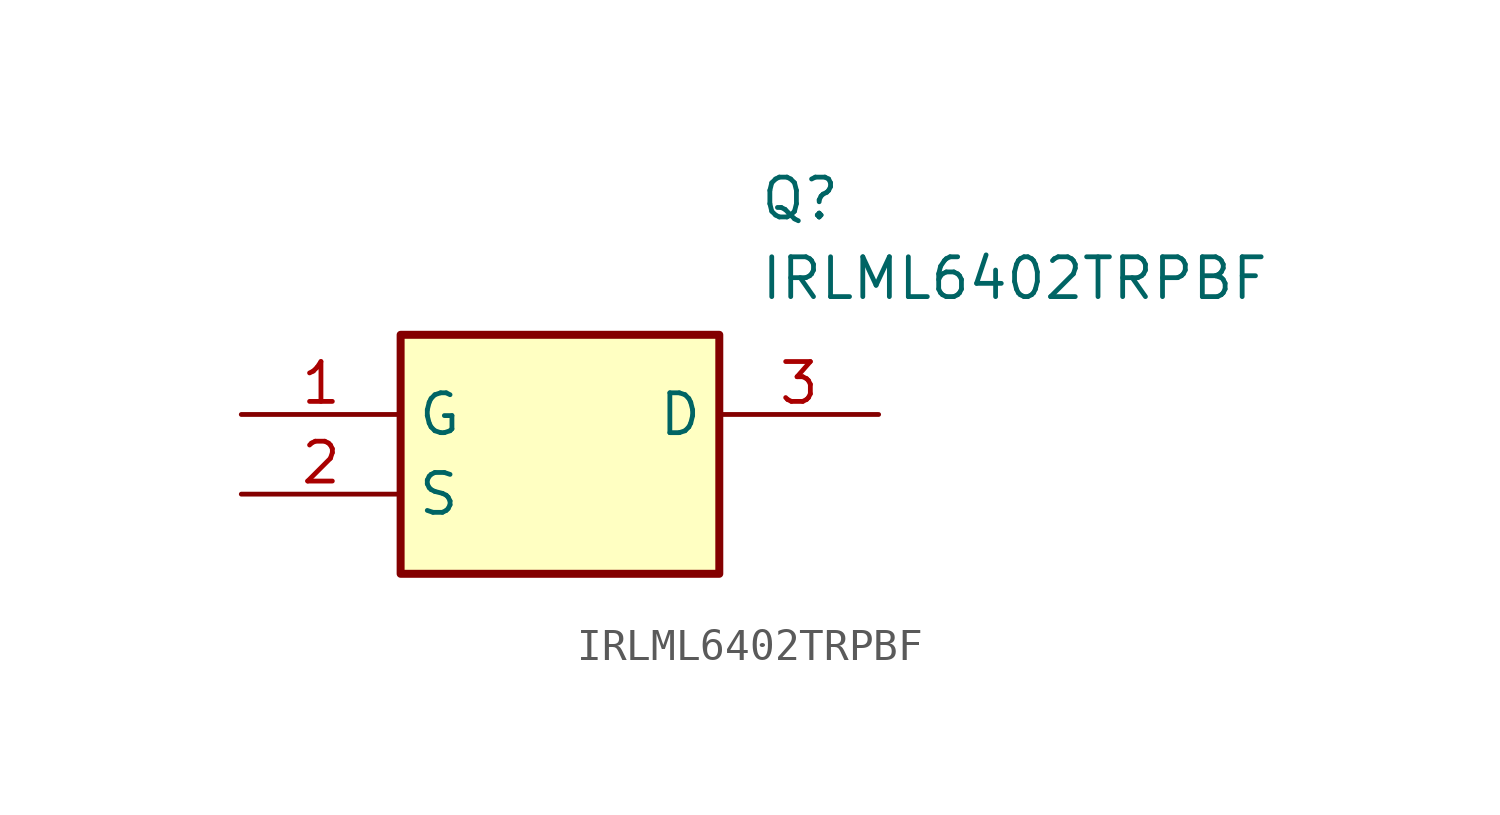
<source format=kicad_sym>
(kicad_symbol_lib
  (version 20211014)
  (generator SamacSys_ECAD_Model)
  (symbol "IRLML6402TRPBF"
    (property "Reference" "Q"
      (at 16.51 7.62 0)
      (effects (font (size 1.27 1.27)) (justify left top)))
    (property "Value" "IRLML6402TRPBF"
      (at 16.51 5.08 0)
      (effects (font (size 1.27 1.27)) (justify left top)))
    (rectangle
      (start 5.08 2.54)
      (end 15.24 -5.08)
      (stroke (width 0.254) (type default))
      (fill (type background)))
    (pin passive line
      (at 0 0 0)
      (length 5.08)
      (name "G" (effects (font (size 1.27 1.27))))
      (number "1" (effects (font (size 1.27 1.27)))))
    (pin passive line
      (at 0 -2.54 0)
      (length 5.08)
      (name "S" (effects (font (size 1.27 1.27))))
      (number "2" (effects (font (size 1.27 1.27)))))
    (pin passive line
      (at 20.32 0 180)
      (length 5.08)
      (name "D" (effects (font (size 1.27 1.27))))
      (number "3" (effects (font (size 1.27 1.27)))))))
</source>
